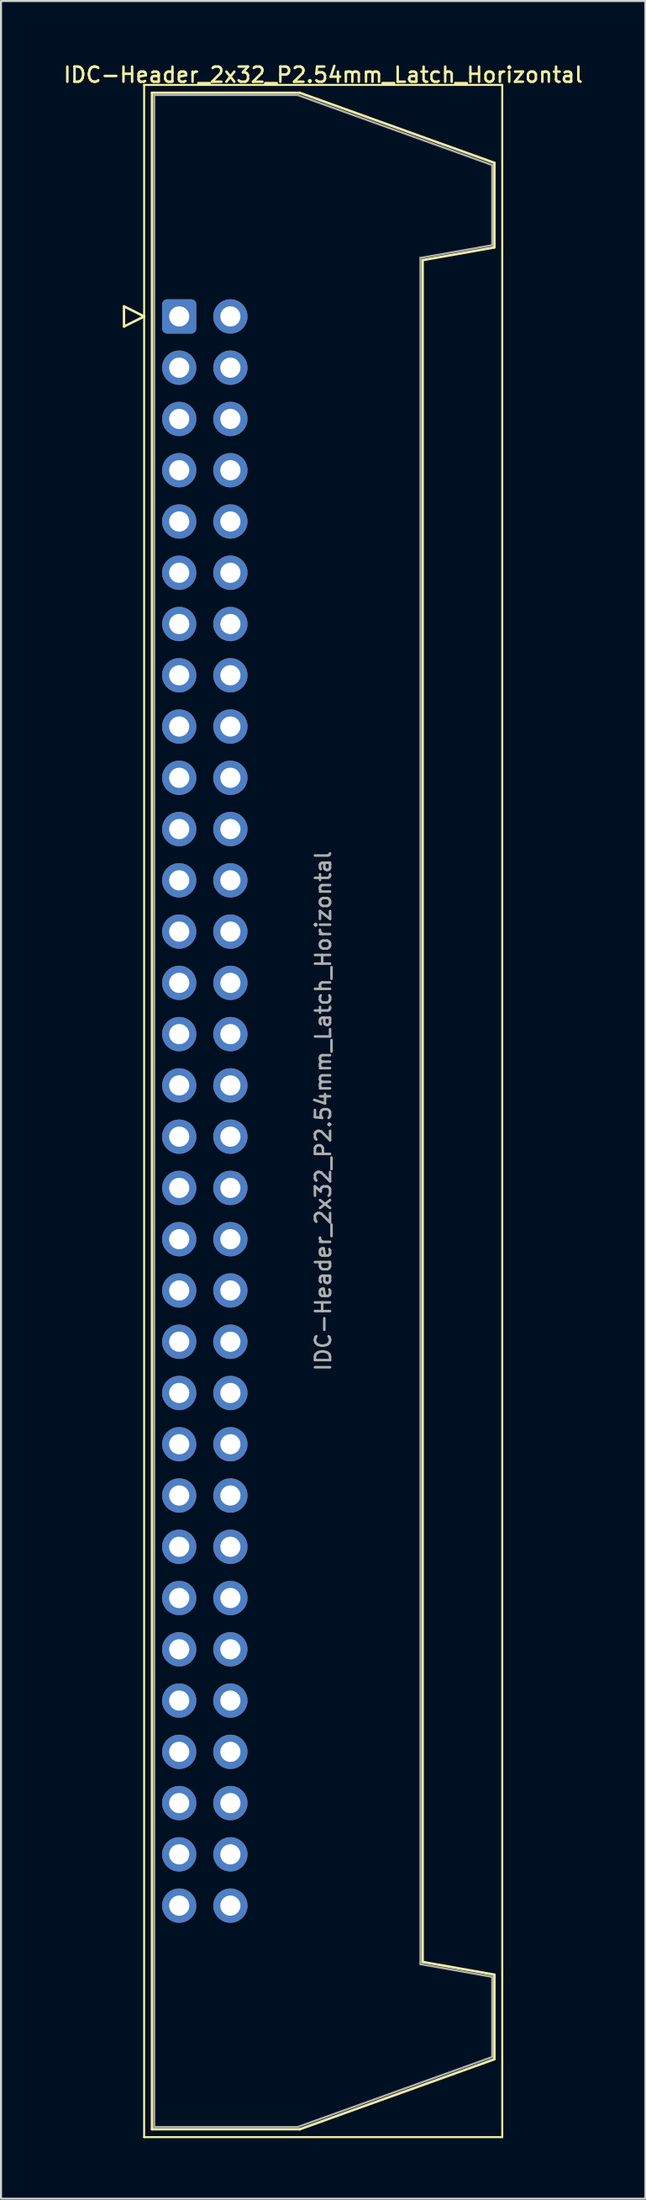
<source format=kicad_pcb>
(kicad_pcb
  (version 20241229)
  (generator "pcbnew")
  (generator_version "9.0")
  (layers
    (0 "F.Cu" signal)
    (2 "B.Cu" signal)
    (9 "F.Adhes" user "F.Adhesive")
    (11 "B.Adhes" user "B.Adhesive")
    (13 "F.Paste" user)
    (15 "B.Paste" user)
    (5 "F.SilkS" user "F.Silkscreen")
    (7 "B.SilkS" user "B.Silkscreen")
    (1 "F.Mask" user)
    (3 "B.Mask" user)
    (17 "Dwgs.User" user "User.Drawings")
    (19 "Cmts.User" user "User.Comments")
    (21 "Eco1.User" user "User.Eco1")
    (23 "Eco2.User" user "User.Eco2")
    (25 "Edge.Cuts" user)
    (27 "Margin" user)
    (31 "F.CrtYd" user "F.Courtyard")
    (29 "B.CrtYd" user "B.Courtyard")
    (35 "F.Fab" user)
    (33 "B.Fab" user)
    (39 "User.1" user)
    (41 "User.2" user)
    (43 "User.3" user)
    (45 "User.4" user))
  (footprint "IDC-Header_2x32_P2.54mm_Latch_Horizontal"
    (layer "F.Cu")
    (at 5.842 12.628)
    (property "Reference" "IDC-Header_2x32_P2.54mm_Latch_Horizontal" (at 7.145 -11.97 0) (layer "F.SilkS") (effects (font (size 0.75 0.75) (thickness 0.125))))
    (attr through_hole)
    (fp_line (start -2.74 -0.5) (end -2.74 0.5) (stroke (width 0.12) (type solid)) (layer "F.SilkS"))
    (fp_line (start -2.74 0.5) (end -1.74 0) (stroke (width 0.12) (type solid)) (layer "F.SilkS"))
    (fp_line (start -1.74 -11.47) (end -1.74 90.21) (stroke (width 0.1) (type solid)) (layer "F.SilkS"))
    (fp_line (start -1.74 0) (end -2.74 -0.5) (stroke (width 0.12) (type solid)) (layer "F.SilkS"))
    (fp_line (start -1.74 90.21) (end 16.03 90.21) (stroke (width 0.1) (type solid)) (layer "F.SilkS"))
    (fp_line (start -1.35 -11.08) (end 5.98 -11.08) (stroke (width 0.12) (type solid)) (layer "F.SilkS"))
    (fp_line (start -1.35 89.82) (end -1.35 -11.08) (stroke (width 0.12) (type solid)) (layer "F.SilkS"))
    (fp_line (start 5.98 -11.08) (end 15.64 -7.61) (stroke (width 0.12) (type solid)) (layer "F.SilkS"))
    (fp_line (start 5.98 89.82) (end -1.35 89.82) (stroke (width 0.12) (type solid)) (layer "F.SilkS"))
    (fp_line (start 12.08 -2.79) (end 12.08 81.53) (stroke (width 0.12) (type solid)) (layer "F.SilkS"))
    (fp_line (start 12.08 81.53) (end 15.64 82.16) (stroke (width 0.12) (type solid)) (layer "F.SilkS"))
    (fp_line (start 15.64 -7.61) (end 15.64 -3.42) (stroke (width 0.12) (type solid)) (layer "F.SilkS"))
    (fp_line (start 15.64 -3.42) (end 12.08 -2.79) (stroke (width 0.12) (type solid)) (layer "F.SilkS"))
    (fp_line (start 15.64 82.16) (end 15.64 86.35) (stroke (width 0.12) (type solid)) (layer "F.SilkS"))
    (fp_line (start 15.64 86.35) (end 5.98 89.82) (stroke (width 0.12) (type solid)) (layer "F.SilkS"))
    (fp_line (start 16.03 -11.47) (end -1.74 -11.47) (stroke (width 0.1) (type solid)) (layer "F.SilkS"))
    (fp_line (start 16.03 90.21) (end 16.03 -11.47) (stroke (width 0.1) (type solid)) (layer "F.SilkS"))
    (fp_line (start -1.24 -10.97) (end 5.87 -10.97) (stroke (width 0.1) (type solid)) (layer "F.Fab"))
    (fp_line (start -1.24 89.71) (end -1.24 -10.97) (stroke (width 0.1) (type solid)) (layer "F.Fab"))
    (fp_line (start 5.87 -10.97) (end 15.53 -7.5) (stroke (width 0.1) (type solid)) (layer "F.Fab"))
    (fp_line (start 5.87 89.71) (end -1.24 89.71) (stroke (width 0.1) (type solid)) (layer "F.Fab"))
    (fp_line (start 11.97 -2.9) (end 11.97 81.64) (stroke (width 0.1) (type solid)) (layer "F.Fab"))
    (fp_line (start 11.97 81.64) (end 15.53 82.27) (stroke (width 0.1) (type solid)) (layer "F.Fab"))
    (fp_line (start 15.53 -7.5) (end 15.53 -3.53) (stroke (width 0.1) (type solid)) (layer "F.Fab"))
    (fp_line (start 15.53 -3.53) (end 11.97 -2.9) (stroke (width 0.1) (type solid)) (layer "F.Fab"))
    (fp_line (start 15.53 82.27) (end 15.53 86.24) (stroke (width 0.1) (type solid)) (layer "F.Fab"))
    (fp_line (start 15.53 86.24) (end 5.87 89.71) (stroke (width 0.1) (type solid)) (layer "F.Fab"))
    (fp_text user "${REFERENCE}" (at 7.145 39.37 90) (layer "F.Fab") (effects (font (size 0.75 0.75) (thickness 0.125))))
    (pad "1" thru_hole roundrect (at 0 0) (size 1.7 1.7) (drill 1) (layers "*.Cu" "*.Mask") (roundrect_rratio 0.147))
    (pad "2" thru_hole circle (at 2.54 0) (size 1.7 1.7) (drill 1) (layers "*.Cu" "*.Mask"))
    (pad "3" thru_hole circle (at 0 2.54) (size 1.7 1.7) (drill 1) (layers "*.Cu" "*.Mask"))
    (pad "4" thru_hole circle (at 2.54 2.54) (size 1.7 1.7) (drill 1) (layers "*.Cu" "*.Mask"))
    (pad "5" thru_hole circle (at 0 5.08) (size 1.7 1.7) (drill 1) (layers "*.Cu" "*.Mask"))
    (pad "6" thru_hole circle (at 2.54 5.08) (size 1.7 1.7) (drill 1) (layers "*.Cu" "*.Mask"))
    (pad "7" thru_hole circle (at 0 7.62) (size 1.7 1.7) (drill 1) (layers "*.Cu" "*.Mask"))
    (pad "8" thru_hole circle (at 2.54 7.62) (size 1.7 1.7) (drill 1) (layers "*.Cu" "*.Mask"))
    (pad "9" thru_hole circle (at 0 10.16) (size 1.7 1.7) (drill 1) (layers "*.Cu" "*.Mask"))
    (pad "10" thru_hole circle (at 2.54 10.16) (size 1.7 1.7) (drill 1) (layers "*.Cu" "*.Mask"))
    (pad "11" thru_hole circle (at 0 12.7) (size 1.7 1.7) (drill 1) (layers "*.Cu" "*.Mask"))
    (pad "12" thru_hole circle (at 2.54 12.7) (size 1.7 1.7) (drill 1) (layers "*.Cu" "*.Mask"))
    (pad "13" thru_hole circle (at 0 15.24) (size 1.7 1.7) (drill 1) (layers "*.Cu" "*.Mask"))
    (pad "14" thru_hole circle (at 2.54 15.24) (size 1.7 1.7) (drill 1) (layers "*.Cu" "*.Mask"))
    (pad "15" thru_hole circle (at 0 17.78) (size 1.7 1.7) (drill 1) (layers "*.Cu" "*.Mask"))
    (pad "16" thru_hole circle (at 2.54 17.78) (size 1.7 1.7) (drill 1) (layers "*.Cu" "*.Mask"))
    (pad "17" thru_hole circle (at 0 20.32) (size 1.7 1.7) (drill 1) (layers "*.Cu" "*.Mask"))
    (pad "18" thru_hole circle (at 2.54 20.32) (size 1.7 1.7) (drill 1) (layers "*.Cu" "*.Mask"))
    (pad "19" thru_hole circle (at 0 22.86) (size 1.7 1.7) (drill 1) (layers "*.Cu" "*.Mask"))
    (pad "20" thru_hole circle (at 2.54 22.86) (size 1.7 1.7) (drill 1) (layers "*.Cu" "*.Mask"))
    (pad "21" thru_hole circle (at 0 25.4) (size 1.7 1.7) (drill 1) (layers "*.Cu" "*.Mask"))
    (pad "22" thru_hole circle (at 2.54 25.4) (size 1.7 1.7) (drill 1) (layers "*.Cu" "*.Mask"))
    (pad "23" thru_hole circle (at 0 27.94) (size 1.7 1.7) (drill 1) (layers "*.Cu" "*.Mask"))
    (pad "24" thru_hole circle (at 2.54 27.94) (size 1.7 1.7) (drill 1) (layers "*.Cu" "*.Mask"))
    (pad "25" thru_hole circle (at 0 30.48) (size 1.7 1.7) (drill 1) (layers "*.Cu" "*.Mask"))
    (pad "26" thru_hole circle (at 2.54 30.48) (size 1.7 1.7) (drill 1) (layers "*.Cu" "*.Mask"))
    (pad "27" thru_hole circle (at 0 33.02) (size 1.7 1.7) (drill 1) (layers "*.Cu" "*.Mask"))
    (pad "28" thru_hole circle (at 2.54 33.02) (size 1.7 1.7) (drill 1) (layers "*.Cu" "*.Mask"))
    (pad "29" thru_hole circle (at 0 35.56) (size 1.7 1.7) (drill 1) (layers "*.Cu" "*.Mask"))
    (pad "30" thru_hole circle (at 2.54 35.56) (size 1.7 1.7) (drill 1) (layers "*.Cu" "*.Mask"))
    (pad "31" thru_hole circle (at 0 38.1) (size 1.7 1.7) (drill 1) (layers "*.Cu" "*.Mask"))
    (pad "32" thru_hole circle (at 2.54 38.1) (size 1.7 1.7) (drill 1) (layers "*.Cu" "*.Mask"))
    (pad "33" thru_hole circle (at 0 40.64) (size 1.7 1.7) (drill 1) (layers "*.Cu" "*.Mask"))
    (pad "34" thru_hole circle (at 2.54 40.64) (size 1.7 1.7) (drill 1) (layers "*.Cu" "*.Mask"))
    (pad "35" thru_hole circle (at 0 43.18) (size 1.7 1.7) (drill 1) (layers "*.Cu" "*.Mask"))
    (pad "36" thru_hole circle (at 2.54 43.18) (size 1.7 1.7) (drill 1) (layers "*.Cu" "*.Mask"))
    (pad "37" thru_hole circle (at 0 45.72) (size 1.7 1.7) (drill 1) (layers "*.Cu" "*.Mask"))
    (pad "38" thru_hole circle (at 2.54 45.72) (size 1.7 1.7) (drill 1) (layers "*.Cu" "*.Mask"))
    (pad "39" thru_hole circle (at 0 48.26) (size 1.7 1.7) (drill 1) (layers "*.Cu" "*.Mask"))
    (pad "40" thru_hole circle (at 2.54 48.26) (size 1.7 1.7) (drill 1) (layers "*.Cu" "*.Mask"))
    (pad "41" thru_hole circle (at 0 50.8) (size 1.7 1.7) (drill 1) (layers "*.Cu" "*.Mask"))
    (pad "42" thru_hole circle (at 2.54 50.8) (size 1.7 1.7) (drill 1) (layers "*.Cu" "*.Mask"))
    (pad "43" thru_hole circle (at 0 53.34) (size 1.7 1.7) (drill 1) (layers "*.Cu" "*.Mask"))
    (pad "44" thru_hole circle (at 2.54 53.34) (size 1.7 1.7) (drill 1) (layers "*.Cu" "*.Mask"))
    (pad "45" thru_hole circle (at 0 55.88) (size 1.7 1.7) (drill 1) (layers "*.Cu" "*.Mask"))
    (pad "46" thru_hole circle (at 2.54 55.88) (size 1.7 1.7) (drill 1) (layers "*.Cu" "*.Mask"))
    (pad "47" thru_hole circle (at 0 58.42) (size 1.7 1.7) (drill 1) (layers "*.Cu" "*.Mask"))
    (pad "48" thru_hole circle (at 2.54 58.42) (size 1.7 1.7) (drill 1) (layers "*.Cu" "*.Mask"))
    (pad "49" thru_hole circle (at 0 60.96) (size 1.7 1.7) (drill 1) (layers "*.Cu" "*.Mask"))
    (pad "50" thru_hole circle (at 2.54 60.96) (size 1.7 1.7) (drill 1) (layers "*.Cu" "*.Mask"))
    (pad "51" thru_hole circle (at 0 63.5) (size 1.7 1.7) (drill 1) (layers "*.Cu" "*.Mask"))
    (pad "52" thru_hole circle (at 2.54 63.5) (size 1.7 1.7) (drill 1) (layers "*.Cu" "*.Mask"))
    (pad "53" thru_hole circle (at 0 66.04) (size 1.7 1.7) (drill 1) (layers "*.Cu" "*.Mask"))
    (pad "54" thru_hole circle (at 2.54 66.04) (size 1.7 1.7) (drill 1) (layers "*.Cu" "*.Mask"))
    (pad "55" thru_hole circle (at 0 68.58) (size 1.7 1.7) (drill 1) (layers "*.Cu" "*.Mask"))
    (pad "56" thru_hole circle (at 2.54 68.58) (size 1.7 1.7) (drill 1) (layers "*.Cu" "*.Mask"))
    (pad "57" thru_hole circle (at 0 71.12) (size 1.7 1.7) (drill 1) (layers "*.Cu" "*.Mask"))
    (pad "58" thru_hole circle (at 2.54 71.12) (size 1.7 1.7) (drill 1) (layers "*.Cu" "*.Mask"))
    (pad "59" thru_hole circle (at 0 73.66) (size 1.7 1.7) (drill 1) (layers "*.Cu" "*.Mask"))
    (pad "60" thru_hole circle (at 2.54 73.66) (size 1.7 1.7) (drill 1) (layers "*.Cu" "*.Mask"))
    (pad "61" thru_hole circle (at 0 76.2) (size 1.7 1.7) (drill 1) (layers "*.Cu" "*.Mask"))
    (pad "62" thru_hole circle (at 2.54 76.2) (size 1.7 1.7) (drill 1) (layers "*.Cu" "*.Mask"))
    (pad "63" thru_hole circle (at 0 78.74) (size 1.7 1.7) (drill 1) (layers "*.Cu" "*.Mask"))
    (pad "64" thru_hole circle (at 2.54 78.74) (size 1.7 1.7) (drill 1) (layers "*.Cu" "*.Mask")))
  (gr_rect
    (start -3 -3)
    (end 28.975 105.888)
    (stroke (width 0.1) (type default))
    (fill no)
    (layer "Edge.Cuts")))
</source>
